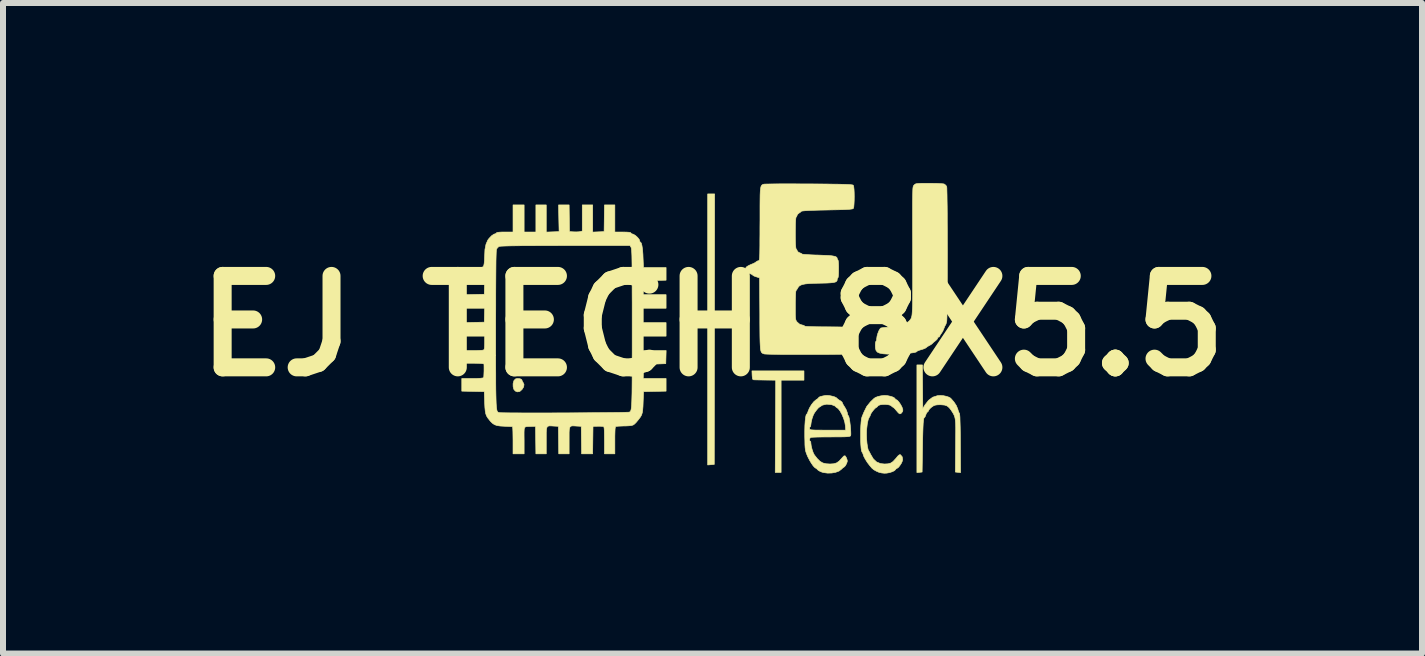
<source format=kicad_pcb>
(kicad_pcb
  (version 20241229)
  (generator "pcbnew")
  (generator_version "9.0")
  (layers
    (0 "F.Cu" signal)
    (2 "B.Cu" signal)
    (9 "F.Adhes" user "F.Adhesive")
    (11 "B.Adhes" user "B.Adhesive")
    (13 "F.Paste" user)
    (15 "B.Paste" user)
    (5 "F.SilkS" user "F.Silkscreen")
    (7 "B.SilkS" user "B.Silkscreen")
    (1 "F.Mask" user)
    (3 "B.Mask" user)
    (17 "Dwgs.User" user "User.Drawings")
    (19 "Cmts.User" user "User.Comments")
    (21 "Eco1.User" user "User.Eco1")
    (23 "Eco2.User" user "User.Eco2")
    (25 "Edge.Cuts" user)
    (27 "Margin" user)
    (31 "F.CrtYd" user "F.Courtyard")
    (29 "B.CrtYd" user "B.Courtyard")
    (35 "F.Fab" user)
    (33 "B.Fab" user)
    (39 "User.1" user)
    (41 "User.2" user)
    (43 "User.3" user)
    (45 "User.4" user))
  (footprint "EJ TECH 8X5.5"
    (layer "F.Cu")
    (at 8.825 2.383)
    (property "Reference" "EJ TECH 8X5.5" (at 0 0 0) (layer "F.SilkS") (effects (font (size 1.524 1.524) (thickness 0.3))))
    (attr through_hole)
    (fp_poly (pts (xy 0.032 0.053) (xy 0.029 2.307) (xy -0.081 2.316) (xy -0.081 -2.201) (xy 0.035 -2.201) (xy 0.032 0.053)) (stroke (width 0.01) (type solid)) (fill yes) (layer "F.SilkS"))
    (fp_poly (pts (xy -3.208 0.879) (xy -3.182 0.892) (xy -3.175 0.906) (xy -3.168 0.926) (xy -3.158 0.94) (xy -3.142 0.975) (xy -3.148 1.015) (xy -3.175 1.058) (xy -3.212 1.091) (xy -3.252 1.098) (xy -3.287 1.084) (xy -3.311 1.056) (xy -3.323 1.011) (xy -3.324 0.961) (xy -3.311 0.914) (xy -3.307 0.906) (xy -3.281 0.881) (xy -3.25 0.875) (xy -3.208 0.879)) (stroke (width 0.01) (type solid)) (fill yes) (layer "F.SilkS"))
    (fp_poly (pts (xy 1.524 0.903) (xy 1.143 0.903) (xy 1.143 2.441) (xy 1.094 2.441) (xy 1.045 2.441) (xy 1.053 0.903) (xy 0.881 0.901) (xy 0.819 0.9) (xy 0.764 0.899) (xy 0.72 0.898) (xy 0.692 0.897) (xy 0.687 0.897) (xy 0.673 0.892) (xy 0.665 0.874) (xy 0.661 0.837) (xy 0.66 0.822) (xy 0.657 0.748) (xy 1.524 0.748) (xy 1.524 0.903)) (stroke (width 0.01) (type solid)) (fill yes) (layer "F.SilkS"))
    (fp_poly (pts (xy 3.501 1.012) (xy 3.504 1.376) (xy 3.541 1.315) (xy 3.6 1.239) (xy 3.669 1.187) (xy 3.749 1.161) (xy 3.798 1.158) (xy 3.85 1.162) (xy 3.901 1.173) (xy 3.944 1.188) (xy 3.968 1.203) (xy 4.022 1.264) (xy 4.063 1.326) (xy 4.087 1.384) (xy 4.087 1.385) (xy 4.099 1.424) (xy 4.111 1.451) (xy 4.115 1.456) (xy 4.119 1.474) (xy 4.123 1.519) (xy 4.125 1.59) (xy 4.128 1.689) (xy 4.13 1.812) (xy 4.131 1.955) (xy 4.134 2.443) (xy 4.091 2.439) (xy 4.047 2.434) (xy 4.051 1.996) (xy 4.052 1.869) (xy 4.053 1.766) (xy 4.053 1.685) (xy 4.051 1.621) (xy 4.047 1.571) (xy 4.041 1.533) (xy 4.032 1.501) (xy 4.02 1.474) (xy 4.005 1.447) (xy 3.985 1.416) (xy 3.979 1.406) (xy 3.945 1.362) (xy 3.91 1.333) (xy 3.868 1.318) (xy 3.812 1.313) (xy 3.792 1.312) (xy 3.743 1.314) (xy 3.708 1.32) (xy 3.68 1.332) (xy 3.652 1.351) (xy 3.624 1.376) (xy 3.606 1.398) (xy 3.602 1.406) (xy 3.593 1.425) (xy 3.584 1.431) (xy 3.568 1.449) (xy 3.554 1.481) (xy 3.554 1.481) (xy 3.543 1.511) (xy 3.534 1.524) (xy 3.533 1.524) (xy 3.526 1.529) (xy 3.52 1.545) (xy 3.516 1.575) (xy 3.511 1.621) (xy 3.508 1.686) (xy 3.505 1.772) (xy 3.502 1.881) (xy 3.5 2.016) (xy 3.5 2.018) (xy 3.493 2.434) (xy 3.449 2.439) (xy 3.406 2.443) (xy 3.406 0.649) (xy 3.498 0.649) (xy 3.501 1.012)) (stroke (width 0.01) (type solid)) (fill yes) (layer "F.SilkS"))
    (fp_poly (pts (xy 2.917 1.161) (xy 2.964 1.171) (xy 3.005 1.184) (xy 3.033 1.2) (xy 3.04 1.209) (xy 3.055 1.226) (xy 3.062 1.228) (xy 3.08 1.238) (xy 3.105 1.266) (xy 3.131 1.303) (xy 3.153 1.342) (xy 3.163 1.366) (xy 3.172 1.399) (xy 3.169 1.421) (xy 3.157 1.44) (xy 3.138 1.461) (xy 3.12 1.464) (xy 3.098 1.449) (xy 3.067 1.413) (xy 3.065 1.411) (xy 3.039 1.38) (xy 3.018 1.36) (xy 3.01 1.355) (xy 2.994 1.346) (xy 2.985 1.336) (xy 2.961 1.32) (xy 2.923 1.311) (xy 2.879 1.307) (xy 2.833 1.308) (xy 2.792 1.314) (xy 2.762 1.326) (xy 2.75 1.34) (xy 2.737 1.354) (xy 2.732 1.355) (xy 2.717 1.365) (xy 2.693 1.389) (xy 2.667 1.42) (xy 2.645 1.452) (xy 2.633 1.475) (xy 2.632 1.479) (xy 2.625 1.501) (xy 2.617 1.512) (xy 2.596 1.555) (xy 2.58 1.625) (xy 2.569 1.72) (xy 2.567 1.742) (xy 2.566 1.81) (xy 2.568 1.883) (xy 2.574 1.954) (xy 2.583 2.015) (xy 2.593 2.06) (xy 2.602 2.078) (xy 2.616 2.102) (xy 2.634 2.137) (xy 2.636 2.141) (xy 2.68 2.215) (xy 2.734 2.266) (xy 2.8 2.293) (xy 2.865 2.3) (xy 2.924 2.297) (xy 2.969 2.285) (xy 3.007 2.26) (xy 3.046 2.218) (xy 3.055 2.208) (xy 3.088 2.168) (xy 3.111 2.148) (xy 3.126 2.144) (xy 3.133 2.147) (xy 3.161 2.18) (xy 3.168 2.224) (xy 3.163 2.251) (xy 3.148 2.286) (xy 3.124 2.323) (xy 3.1 2.354) (xy 3.079 2.37) (xy 3.075 2.371) (xy 3.058 2.382) (xy 3.05 2.393) (xy 3.032 2.411) (xy 2.997 2.428) (xy 2.952 2.443) (xy 2.904 2.452) (xy 2.864 2.454) (xy 2.818 2.449) (xy 2.773 2.438) (xy 2.765 2.435) (xy 2.727 2.418) (xy 2.692 2.398) (xy 2.687 2.395) (xy 2.655 2.368) (xy 2.618 2.324) (xy 2.579 2.273) (xy 2.546 2.22) (xy 2.522 2.175) (xy 2.517 2.161) (xy 2.505 2.125) (xy 2.493 2.103) (xy 2.491 2.101) (xy 2.483 2.08) (xy 2.476 2.037) (xy 2.471 1.976) (xy 2.468 1.904) (xy 2.468 1.824) (xy 2.468 1.744) (xy 2.471 1.667) (xy 2.476 1.6) (xy 2.482 1.548) (xy 2.49 1.517) (xy 2.503 1.485) (xy 2.52 1.444) (xy 2.522 1.439) (xy 2.569 1.343) (xy 2.63 1.267) (xy 2.635 1.262) (xy 2.664 1.234) (xy 2.687 1.212) (xy 2.693 1.206) (xy 2.718 1.19) (xy 2.758 1.175) (xy 2.806 1.164) (xy 2.853 1.158) (xy 2.869 1.157) (xy 2.917 1.161)) (stroke (width 0.01) (type solid)) (fill yes) (layer "F.SilkS"))
    (fp_poly (pts (xy 3.677 -2.377) (xy 3.742 -2.376) (xy 3.797 -2.373) (xy 3.838 -2.37) (xy 3.859 -2.367) (xy 3.859 -2.367) (xy 3.889 -2.345) (xy 3.903 -2.32) (xy 3.905 -2.3) (xy 3.906 -2.254) (xy 3.908 -2.185) (xy 3.909 -2.096) (xy 3.911 -1.99) (xy 3.912 -1.869) (xy 3.912 -1.735) (xy 3.913 -1.592) (xy 3.913 -1.442) (xy 3.914 -1.288) (xy 3.914 -1.132) (xy 3.913 -0.978) (xy 3.913 -0.827) (xy 3.912 -0.683) (xy 3.912 -0.548) (xy 3.911 -0.425) (xy 3.91 -0.316) (xy 3.908 -0.224) (xy 3.907 -0.152) (xy 3.905 -0.103) (xy 3.903 -0.079) (xy 3.894 -0.042) (xy 3.885 -0.018) (xy 3.882 -0.016) (xy 3.872 0.002) (xy 3.859 0.035) (xy 3.856 0.042) (xy 3.838 0.085) (xy 3.815 0.121) (xy 3.814 0.123) (xy 3.795 0.149) (xy 3.787 0.168) (xy 3.787 0.169) (xy 3.778 0.182) (xy 3.77 0.183) (xy 3.754 0.193) (xy 3.752 0.202) (xy 3.743 0.22) (xy 3.721 0.242) (xy 3.715 0.247) (xy 3.687 0.269) (xy 3.667 0.288) (xy 3.666 0.29) (xy 3.648 0.305) (xy 3.619 0.323) (xy 3.614 0.325) (xy 3.583 0.342) (xy 3.562 0.359) (xy 3.56 0.361) (xy 3.542 0.372) (xy 3.509 0.385) (xy 3.476 0.395) (xy 3.44 0.406) (xy 3.414 0.417) (xy 3.406 0.424) (xy 3.395 0.433) (xy 3.365 0.442) (xy 3.318 0.449) (xy 3.26 0.456) (xy 3.193 0.462) (xy 3.12 0.467) (xy 3.047 0.469) (xy 2.975 0.47) (xy 2.91 0.468) (xy 2.853 0.464) (xy 2.841 0.463) (xy 2.784 0.452) (xy 2.747 0.435) (xy 2.725 0.408) (xy 2.715 0.367) (xy 2.713 0.325) (xy 2.715 0.285) (xy 2.721 0.259) (xy 2.725 0.254) (xy 2.733 0.242) (xy 2.736 0.212) (xy 2.736 0.21) (xy 2.742 0.168) (xy 2.756 0.12) (xy 2.774 0.076) (xy 2.794 0.044) (xy 2.804 0.034) (xy 2.823 0.03) (xy 2.859 0.025) (xy 2.907 0.021) (xy 2.953 0.018) (xy 3.004 0.014) (xy 3.046 0.009) (xy 3.074 0.003) (xy 3.083 -0.002) (xy 3.093 -0.01) (xy 3.118 -0.014) (xy 3.123 -0.014) (xy 3.171 -0.022) (xy 3.222 -0.044) (xy 3.267 -0.074) (xy 3.284 -0.091) (xy 3.294 -0.103) (xy 3.303 -0.115) (xy 3.31 -0.128) (xy 3.316 -0.145) (xy 3.322 -0.168) (xy 3.326 -0.198) (xy 3.329 -0.238) (xy 3.332 -0.289) (xy 3.334 -0.354) (xy 3.335 -0.435) (xy 3.336 -0.534) (xy 3.336 -0.652) (xy 3.336 -0.792) (xy 3.336 -0.956) (xy 3.335 -1.146) (xy 3.335 -1.191) (xy 3.335 -1.396) (xy 3.334 -1.574) (xy 3.334 -1.728) (xy 3.334 -1.859) (xy 3.334 -1.969) (xy 3.334 -2.061) (xy 3.335 -2.135) (xy 3.336 -2.194) (xy 3.337 -2.24) (xy 3.338 -2.275) (xy 3.34 -2.3) (xy 3.343 -2.317) (xy 3.346 -2.329) (xy 3.349 -2.336) (xy 3.353 -2.342) (xy 3.358 -2.347) (xy 3.36 -2.349) (xy 3.37 -2.359) (xy 3.382 -2.367) (xy 3.401 -2.372) (xy 3.429 -2.375) (xy 3.47 -2.377) (xy 3.527 -2.378) (xy 3.604 -2.378) (xy 3.605 -2.378) (xy 3.677 -2.377)) (stroke (width 0.01) (type solid)) (fill yes) (layer "F.SilkS"))
    (fp_poly (pts (xy 1.949 1.16) (xy 1.992 1.169) (xy 2.031 1.18) (xy 2.059 1.193) (xy 2.067 1.199) (xy 2.086 1.217) (xy 2.114 1.237) (xy 2.138 1.251) (xy 2.159 1.27) (xy 2.164 1.282) (xy 2.175 1.307) (xy 2.196 1.341) (xy 2.205 1.355) (xy 2.228 1.396) (xy 2.244 1.439) (xy 2.247 1.45) (xy 2.254 1.481) (xy 2.263 1.496) (xy 2.263 1.496) (xy 2.271 1.509) (xy 2.279 1.543) (xy 2.288 1.593) (xy 2.295 1.65) (xy 2.301 1.709) (xy 2.304 1.763) (xy 2.305 1.805) (xy 2.302 1.826) (xy 2.298 1.833) (xy 2.288 1.838) (xy 2.269 1.842) (xy 2.24 1.845) (xy 2.198 1.847) (xy 2.14 1.848) (xy 2.064 1.848) (xy 1.974 1.849) (xy 1.889 1.849) (xy 1.812 1.85) (xy 1.745 1.851) (xy 1.691 1.853) (xy 1.653 1.855) (xy 1.635 1.857) (xy 1.635 1.857) (xy 1.622 1.873) (xy 1.616 1.896) (xy 1.621 1.915) (xy 1.628 1.919) (xy 1.637 1.931) (xy 1.639 1.954) (xy 1.645 2) (xy 1.659 2.056) (xy 1.677 2.109) (xy 1.696 2.147) (xy 1.696 2.147) (xy 1.747 2.212) (xy 1.792 2.256) (xy 1.839 2.283) (xy 1.893 2.296) (xy 1.959 2.3) (xy 2.02 2.296) (xy 2.067 2.282) (xy 2.11 2.252) (xy 2.155 2.203) (xy 2.165 2.191) (xy 2.191 2.165) (xy 2.21 2.164) (xy 2.227 2.189) (xy 2.234 2.205) (xy 2.245 2.237) (xy 2.245 2.262) (xy 2.232 2.295) (xy 2.232 2.296) (xy 2.214 2.329) (xy 2.195 2.349) (xy 2.193 2.35) (xy 2.172 2.364) (xy 2.148 2.387) (xy 2.109 2.417) (xy 2.053 2.438) (xy 1.988 2.45) (xy 1.918 2.452) (xy 1.85 2.443) (xy 1.822 2.435) (xy 1.785 2.419) (xy 1.757 2.401) (xy 1.749 2.393) (xy 1.731 2.375) (xy 1.722 2.371) (xy 1.704 2.359) (xy 1.677 2.33) (xy 1.647 2.287) (xy 1.617 2.237) (xy 1.591 2.186) (xy 1.581 2.165) (xy 1.566 2.127) (xy 1.555 2.096) (xy 1.548 2.065) (xy 1.543 2.028) (xy 1.54 1.98) (xy 1.539 1.914) (xy 1.537 1.849) (xy 1.537 1.75) (xy 1.538 1.707) (xy 1.616 1.707) (xy 1.617 1.716) (xy 1.621 1.723) (xy 1.631 1.728) (xy 1.649 1.731) (xy 1.678 1.733) (xy 1.721 1.735) (xy 1.781 1.735) (xy 1.859 1.736) (xy 1.918 1.736) (xy 2.22 1.736) (xy 2.214 1.662) (xy 2.204 1.603) (xy 2.184 1.538) (xy 2.157 1.474) (xy 2.126 1.418) (xy 2.096 1.379) (xy 2.084 1.369) (xy 2.059 1.352) (xy 2.046 1.338) (xy 2.046 1.338) (xy 2.033 1.33) (xy 2.005 1.319) (xy 1.981 1.311) (xy 1.903 1.303) (xy 1.832 1.319) (xy 1.769 1.36) (xy 1.736 1.397) (xy 1.716 1.424) (xy 1.698 1.449) (xy 1.678 1.488) (xy 1.659 1.542) (xy 1.645 1.599) (xy 1.639 1.644) (xy 1.635 1.671) (xy 1.628 1.679) (xy 1.619 1.691) (xy 1.616 1.707) (xy 1.538 1.707) (xy 1.539 1.66) (xy 1.544 1.583) (xy 1.551 1.523) (xy 1.56 1.483) (xy 1.57 1.468) (xy 1.571 1.468) (xy 1.58 1.456) (xy 1.591 1.427) (xy 1.591 1.426) (xy 1.614 1.37) (xy 1.648 1.313) (xy 1.687 1.263) (xy 1.723 1.232) (xy 1.75 1.214) (xy 1.765 1.2) (xy 1.766 1.197) (xy 1.777 1.185) (xy 1.804 1.174) (xy 1.842 1.165) (xy 1.884 1.158) (xy 1.909 1.157) (xy 1.949 1.16)) (stroke (width 0.01) (type solid)) (fill yes) (layer "F.SilkS"))
    (fp_poly (pts (xy 1.351 -2.369) (xy 1.471 -2.368) (xy 1.599 -2.368) (xy 1.613 -2.368) (xy 1.766 -2.367) (xy 1.897 -2.366) (xy 2.007 -2.364) (xy 2.1 -2.363) (xy 2.175 -2.361) (xy 2.234 -2.359) (xy 2.279 -2.357) (xy 2.311 -2.354) (xy 2.333 -2.351) (xy 2.344 -2.347) (xy 2.346 -2.345) (xy 2.353 -2.323) (xy 2.358 -2.279) (xy 2.361 -2.221) (xy 2.362 -2.156) (xy 2.361 -2.09) (xy 2.358 -2.031) (xy 2.354 -1.985) (xy 2.347 -1.96) (xy 2.346 -1.959) (xy 2.337 -1.953) (xy 2.316 -1.949) (xy 2.283 -1.945) (xy 2.235 -1.942) (xy 2.171 -1.939) (xy 2.088 -1.937) (xy 1.985 -1.935) (xy 1.91 -1.933) (xy 1.791 -1.931) (xy 1.69 -1.928) (xy 1.607 -1.925) (xy 1.544 -1.921) (xy 1.502 -1.917) (xy 1.482 -1.913) (xy 1.48 -1.912) (xy 1.464 -1.896) (xy 1.44 -1.88) (xy 1.418 -1.862) (xy 1.409 -1.843) (xy 1.4 -1.821) (xy 1.394 -1.817) (xy 1.389 -1.801) (xy 1.385 -1.763) (xy 1.382 -1.708) (xy 1.381 -1.64) (xy 1.38 -1.566) (xy 1.38 -1.491) (xy 1.381 -1.421) (xy 1.383 -1.36) (xy 1.387 -1.314) (xy 1.391 -1.289) (xy 1.393 -1.287) (xy 1.407 -1.266) (xy 1.412 -1.252) (xy 1.428 -1.232) (xy 1.454 -1.219) (xy 1.479 -1.21) (xy 1.489 -1.2) (xy 1.489 -1.2) (xy 1.5 -1.197) (xy 1.531 -1.193) (xy 1.579 -1.19) (xy 1.64 -1.186) (xy 1.711 -1.183) (xy 1.759 -1.182) (xy 1.855 -1.178) (xy 1.93 -1.175) (xy 1.987 -1.17) (xy 2.027 -1.163) (xy 2.054 -1.155) (xy 2.07 -1.144) (xy 2.077 -1.131) (xy 2.078 -1.121) (xy 2.085 -1.103) (xy 2.09 -1.101) (xy 2.095 -1.087) (xy 2.099 -1.049) (xy 2.101 -0.991) (xy 2.101 -0.953) (xy 2.1 -0.885) (xy 2.097 -0.835) (xy 2.093 -0.808) (xy 2.09 -0.804) (xy 2.08 -0.793) (xy 2.078 -0.777) (xy 2.076 -0.758) (xy 2.066 -0.744) (xy 2.048 -0.733) (xy 2.018 -0.725) (xy 1.973 -0.72) (xy 1.911 -0.716) (xy 1.83 -0.714) (xy 1.785 -0.713) (xy 1.686 -0.711) (xy 1.607 -0.707) (xy 1.546 -0.701) (xy 1.5 -0.692) (xy 1.467 -0.68) (xy 1.443 -0.664) (xy 1.426 -0.643) (xy 1.422 -0.636) (xy 1.405 -0.607) (xy 1.392 -0.59) (xy 1.387 -0.572) (xy 1.384 -0.53) (xy 1.382 -0.467) (xy 1.38 -0.385) (xy 1.38 -0.343) (xy 1.38 -0.256) (xy 1.38 -0.192) (xy 1.382 -0.148) (xy 1.385 -0.118) (xy 1.39 -0.097) (xy 1.398 -0.082) (xy 1.409 -0.067) (xy 1.41 -0.066) (xy 1.452 -0.03) (xy 1.488 -0.018) (xy 1.517 -0.011) (xy 1.534 -0.001) (xy 1.536 0.002) (xy 1.547 0.005) (xy 1.578 0.008) (xy 1.627 0.01) (xy 1.691 0.012) (xy 1.768 0.013) (xy 1.853 0.014) (xy 1.909 0.014) (xy 2.027 0.015) (xy 2.126 0.016) (xy 2.206 0.019) (xy 2.266 0.022) (xy 2.305 0.026) (xy 2.319 0.029) (xy 2.339 0.042) (xy 2.353 0.063) (xy 2.362 0.096) (xy 2.366 0.146) (xy 2.367 0.217) (xy 2.365 0.283) (xy 2.362 0.353) (xy 2.357 0.4) (xy 2.35 0.43) (xy 2.34 0.448) (xy 2.335 0.453) (xy 2.326 0.457) (xy 2.313 0.461) (xy 2.293 0.464) (xy 2.266 0.467) (xy 2.228 0.469) (xy 2.178 0.47) (xy 2.116 0.472) (xy 2.038 0.473) (xy 1.943 0.474) (xy 1.829 0.474) (xy 1.695 0.475) (xy 1.607 0.475) (xy 1.473 0.475) (xy 1.347 0.475) (xy 1.231 0.475) (xy 1.127 0.474) (xy 1.038 0.472) (xy 0.964 0.471) (xy 0.909 0.469) (xy 0.872 0.467) (xy 0.859 0.465) (xy 0.843 0.459) (xy 0.83 0.453) (xy 0.819 0.443) (xy 0.81 0.428) (xy 0.803 0.404) (xy 0.798 0.371) (xy 0.795 0.323) (xy 0.792 0.261) (xy 0.79 0.18) (xy 0.789 0.078) (xy 0.788 -0.047) (xy 0.788 -0.198) (xy 0.788 -0.199) (xy 0.784 -0.802) (xy 0.727 -0.82) (xy 0.694 -0.832) (xy 0.674 -0.843) (xy 0.67 -0.848) (xy 0.66 -0.857) (xy 0.634 -0.869) (xy 0.617 -0.875) (xy 0.575 -0.897) (xy 0.553 -0.927) (xy 0.552 -0.961) (xy 0.558 -0.976) (xy 0.575 -0.992) (xy 0.607 -1.01) (xy 0.64 -1.025) (xy 0.679 -1.041) (xy 0.711 -1.057) (xy 0.725 -1.068) (xy 0.75 -1.084) (xy 0.763 -1.087) (xy 0.772 -1.088) (xy 0.778 -1.097) (xy 0.782 -1.117) (xy 0.785 -1.152) (xy 0.787 -1.207) (xy 0.788 -1.274) (xy 0.789 -1.338) (xy 0.789 -1.425) (xy 0.79 -1.529) (xy 0.79 -1.642) (xy 0.791 -1.761) (xy 0.791 -1.877) (xy 0.791 -2.005) (xy 0.792 -2.107) (xy 0.793 -2.187) (xy 0.796 -2.248) (xy 0.801 -2.292) (xy 0.807 -2.322) (xy 0.817 -2.342) (xy 0.829 -2.354) (xy 0.844 -2.36) (xy 0.857 -2.364) (xy 0.875 -2.365) (xy 0.914 -2.366) (xy 0.972 -2.367) (xy 1.047 -2.368) (xy 1.136 -2.369) (xy 1.238 -2.369) (xy 1.351 -2.369)) (stroke (width 0.01) (type solid)) (fill yes) (layer "F.SilkS"))
    (fp_poly (pts (xy -3.14 -1.566) (xy -2.944 -1.566) (xy -2.944 -2.018) (xy -2.771 -2.018) (xy -2.771 -1.565) (xy -2.664 -1.569) (xy -2.557 -1.573) (xy -2.562 -1.796) (xy -2.566 -2.018) (xy -2.39 -2.018) (xy -2.387 -1.796) (xy -2.384 -1.573) (xy -2.315 -1.569) (xy -2.27 -1.568) (xy -2.228 -1.57) (xy -2.208 -1.573) (xy -2.171 -1.582) (xy -2.171 -2.018) (xy -1.997 -2.018) (xy -1.997 -1.565) (xy -1.902 -1.569) (xy -1.807 -1.573) (xy -1.804 -1.796) (xy -1.801 -2.018) (xy -1.628 -2.018) (xy -1.628 -1.566) (xy -1.495 -1.566) (xy -1.436 -1.565) (xy -1.393 -1.562) (xy -1.367 -1.557) (xy -1.362 -1.552) (xy -1.353 -1.539) (xy -1.35 -1.538) (xy -1.319 -1.529) (xy -1.283 -1.507) (xy -1.249 -1.476) (xy -1.223 -1.444) (xy -1.213 -1.415) (xy -1.213 -1.415) (xy -1.206 -1.398) (xy -1.202 -1.397) (xy -1.188 -1.383) (xy -1.177 -1.344) (xy -1.167 -1.28) (xy -1.16 -1.195) (xy -1.158 -1.139) (xy -1.151 -0.974) (xy -0.774 -0.974) (xy -0.774 -0.763) (xy -0.961 -0.759) (xy -1.149 -0.755) (xy -1.152 -0.639) (xy -1.155 -0.522) (xy -0.774 -0.522) (xy -0.774 -0.296) (xy -1.155 -0.296) (xy -1.155 -0.056) (xy -0.774 -0.056) (xy -0.774 0.169) (xy -1.155 0.169) (xy -1.155 0.409) (xy -0.773 0.409) (xy -0.776 0.519) (xy -0.779 0.628) (xy -0.964 0.635) (xy -1.149 0.642) (xy -1.152 0.758) (xy -1.155 0.875) (xy -0.774 0.875) (xy -0.774 1.086) (xy -0.961 1.09) (xy -1.149 1.094) (xy -1.156 1.256) (xy -1.159 1.34) (xy -1.164 1.401) (xy -1.171 1.446) (xy -1.182 1.481) (xy -1.199 1.513) (xy -1.223 1.545) (xy -1.243 1.571) (xy -1.274 1.608) (xy -1.299 1.633) (xy -1.323 1.65) (xy -1.352 1.659) (xy -1.391 1.663) (xy -1.446 1.666) (xy -1.474 1.666) (xy -1.527 1.668) (xy -1.571 1.67) (xy -1.602 1.673) (xy -1.613 1.675) (xy -1.619 1.686) (xy -1.624 1.714) (xy -1.626 1.763) (xy -1.628 1.834) (xy -1.628 1.907) (xy -1.628 2.131) (xy -1.801 2.131) (xy -1.801 1.907) (xy -1.802 1.815) (xy -1.803 1.75) (xy -1.806 1.706) (xy -1.811 1.683) (xy -1.816 1.676) (xy -1.834 1.673) (xy -1.868 1.671) (xy -1.91 1.671) (xy -1.911 1.671) (xy -1.992 1.672) (xy -1.995 1.901) (xy -1.998 2.131) (xy -2.182 2.131) (xy -2.185 1.901) (xy -2.188 1.672) (xy -2.263 1.668) (xy -2.309 1.665) (xy -2.342 1.665) (xy -2.365 1.672) (xy -2.379 1.69) (xy -2.387 1.722) (xy -2.39 1.772) (xy -2.39 1.844) (xy -2.39 1.905) (xy -2.39 2.131) (xy -2.563 2.131) (xy -2.566 1.901) (xy -2.569 1.672) (xy -2.644 1.668) (xy -2.69 1.665) (xy -2.723 1.665) (xy -2.746 1.672) (xy -2.76 1.69) (xy -2.768 1.722) (xy -2.771 1.772) (xy -2.771 1.844) (xy -2.771 1.905) (xy -2.771 2.131) (xy -2.944 2.131) (xy -2.947 1.901) (xy -2.95 1.672) (xy -3.019 1.674) (xy -3.065 1.675) (xy -3.097 1.676) (xy -3.119 1.682) (xy -3.132 1.696) (xy -3.139 1.723) (xy -3.141 1.768) (xy -3.141 1.832) (xy -3.14 1.905) (xy -3.14 2.131) (xy -3.325 2.131) (xy -3.325 1.905) (xy -3.326 1.829) (xy -3.327 1.763) (xy -3.329 1.713) (xy -3.332 1.683) (xy -3.334 1.677) (xy -3.348 1.676) (xy -3.381 1.675) (xy -3.426 1.673) (xy -3.469 1.671) (xy -3.539 1.667) (xy -3.592 1.659) (xy -3.632 1.645) (xy -3.666 1.623) (xy -3.699 1.591) (xy -3.713 1.574) (xy -3.743 1.536) (xy -3.765 1.501) (xy -3.779 1.464) (xy -3.788 1.418) (xy -3.794 1.356) (xy -3.798 1.273) (xy -3.798 1.27) (xy -3.804 1.094) (xy -3.992 1.09) (xy -4.179 1.086) (xy -4.179 0.875) (xy -4.001 0.875) (xy -3.924 0.874) (xy -3.867 0.871) (xy -3.83 0.866) (xy -3.815 0.86) (xy -3.812 0.84) (xy -3.81 0.799) (xy -3.808 0.747) (xy -3.808 0.689) (xy -3.809 0.635) (xy -3.821 0.629) (xy -3.854 0.625) (xy -3.905 0.622) (xy -3.975 0.621) (xy -3.995 0.621) (xy -4.179 0.621) (xy -4.179 0.409) (xy -4.007 0.409) (xy -3.945 0.409) (xy -3.891 0.407) (xy -3.848 0.405) (xy -3.822 0.402) (xy -3.817 0.401) (xy -3.807 0.39) (xy -3.801 0.367) (xy -3.799 0.324) (xy -3.798 0.285) (xy -3.614 0.285) (xy -3.614 0.486) (xy -3.614 0.661) (xy -3.613 0.814) (xy -3.613 0.945) (xy -3.612 1.056) (xy -3.61 1.149) (xy -3.608 1.225) (xy -3.606 1.286) (xy -3.603 1.334) (xy -3.599 1.371) (xy -3.595 1.398) (xy -3.59 1.417) (xy -3.583 1.429) (xy -3.576 1.436) (xy -3.568 1.44) (xy -3.558 1.442) (xy -3.553 1.444) (xy -3.536 1.445) (xy -3.498 1.446) (xy -3.441 1.447) (xy -3.368 1.448) (xy -3.279 1.448) (xy -3.178 1.449) (xy -3.065 1.449) (xy -2.944 1.449) (xy -2.816 1.449) (xy -2.682 1.449) (xy -2.546 1.448) (xy -2.408 1.448) (xy -2.271 1.447) (xy -2.137 1.446) (xy -2.008 1.445) (xy -1.886 1.444) (xy -1.772 1.443) (xy -1.67 1.442) (xy -1.58 1.441) (xy -1.504 1.44) (xy -1.445 1.438) (xy -1.405 1.437) (xy -1.386 1.435) (xy -1.384 1.435) (xy -1.377 1.43) (xy -1.37 1.424) (xy -1.364 1.414) (xy -1.359 1.399) (xy -1.355 1.378) (xy -1.351 1.349) (xy -1.348 1.31) (xy -1.346 1.259) (xy -1.344 1.194) (xy -1.342 1.115) (xy -1.341 1.019) (xy -1.34 0.905) (xy -1.34 0.771) (xy -1.34 0.615) (xy -1.339 0.435) (xy -1.339 0.231) (xy -1.339 0.038) (xy -1.339 -0.187) (xy -1.339 -0.385) (xy -1.34 -0.558) (xy -1.34 -0.708) (xy -1.34 -0.836) (xy -1.341 -0.945) (xy -1.342 -1.035) (xy -1.343 -1.11) (xy -1.344 -1.169) (xy -1.346 -1.215) (xy -1.348 -1.25) (xy -1.35 -1.276) (xy -1.352 -1.293) (xy -1.355 -1.304) (xy -1.357 -1.309) (xy -1.375 -1.341) (xy -2.454 -1.341) (xy -2.656 -1.34) (xy -2.836 -1.34) (xy -2.994 -1.339) (xy -3.131 -1.339) (xy -3.248 -1.337) (xy -3.345 -1.336) (xy -3.423 -1.334) (xy -3.483 -1.332) (xy -3.526 -1.33) (xy -3.551 -1.327) (xy -3.56 -1.325) (xy -3.587 -1.3) (xy -3.601 -1.275) (xy -3.603 -1.258) (xy -3.605 -1.222) (xy -3.607 -1.164) (xy -3.609 -1.085) (xy -3.61 -0.984) (xy -3.611 -0.859) (xy -3.612 -0.709) (xy -3.613 -0.535) (xy -3.613 -0.335) (xy -3.614 -0.107) (xy -3.614 0.058) (xy -3.614 0.285) (xy -3.798 0.285) (xy -3.798 0.281) (xy -3.798 0.169) (xy -4.179 0.169) (xy -4.179 -0.056) (xy -3.992 -0.06) (xy -3.804 -0.064) (xy -3.801 -0.18) (xy -3.798 -0.296) (xy -4.179 -0.296) (xy -4.179 -0.521) (xy -3.992 -0.525) (xy -3.804 -0.529) (xy -3.801 -0.646) (xy -3.798 -0.762) (xy -4.18 -0.762) (xy -4.177 -0.864) (xy -4.174 -0.967) (xy -3.999 -0.97) (xy -3.933 -0.972) (xy -3.885 -0.974) (xy -3.853 -0.977) (xy -3.834 -0.982) (xy -3.822 -0.989) (xy -3.816 -1) (xy -3.812 -1.01) (xy -3.806 -1.041) (xy -3.801 -1.09) (xy -3.799 -1.149) (xy -3.798 -1.164) (xy -3.793 -1.275) (xy -3.775 -1.364) (xy -3.745 -1.432) (xy -3.725 -1.459) (xy -3.683 -1.503) (xy -3.644 -1.53) (xy -3.618 -1.538) (xy -3.604 -1.546) (xy -3.602 -1.552) (xy -3.591 -1.558) (xy -3.56 -1.563) (xy -3.51 -1.566) (xy -3.464 -1.566) (xy -3.325 -1.566) (xy -3.325 -2.018) (xy -3.14 -2.018) (xy -3.14 -1.566)) (stroke (width 0.01) (type solid)) (fill yes) (layer "F.SilkS")))
  (gr_rect
    (start -3 -3)
    (end 20.649 7.842)
    (stroke (width 0.1) (type default))
    (fill no)
    (layer "Edge.Cuts")))
</source>
